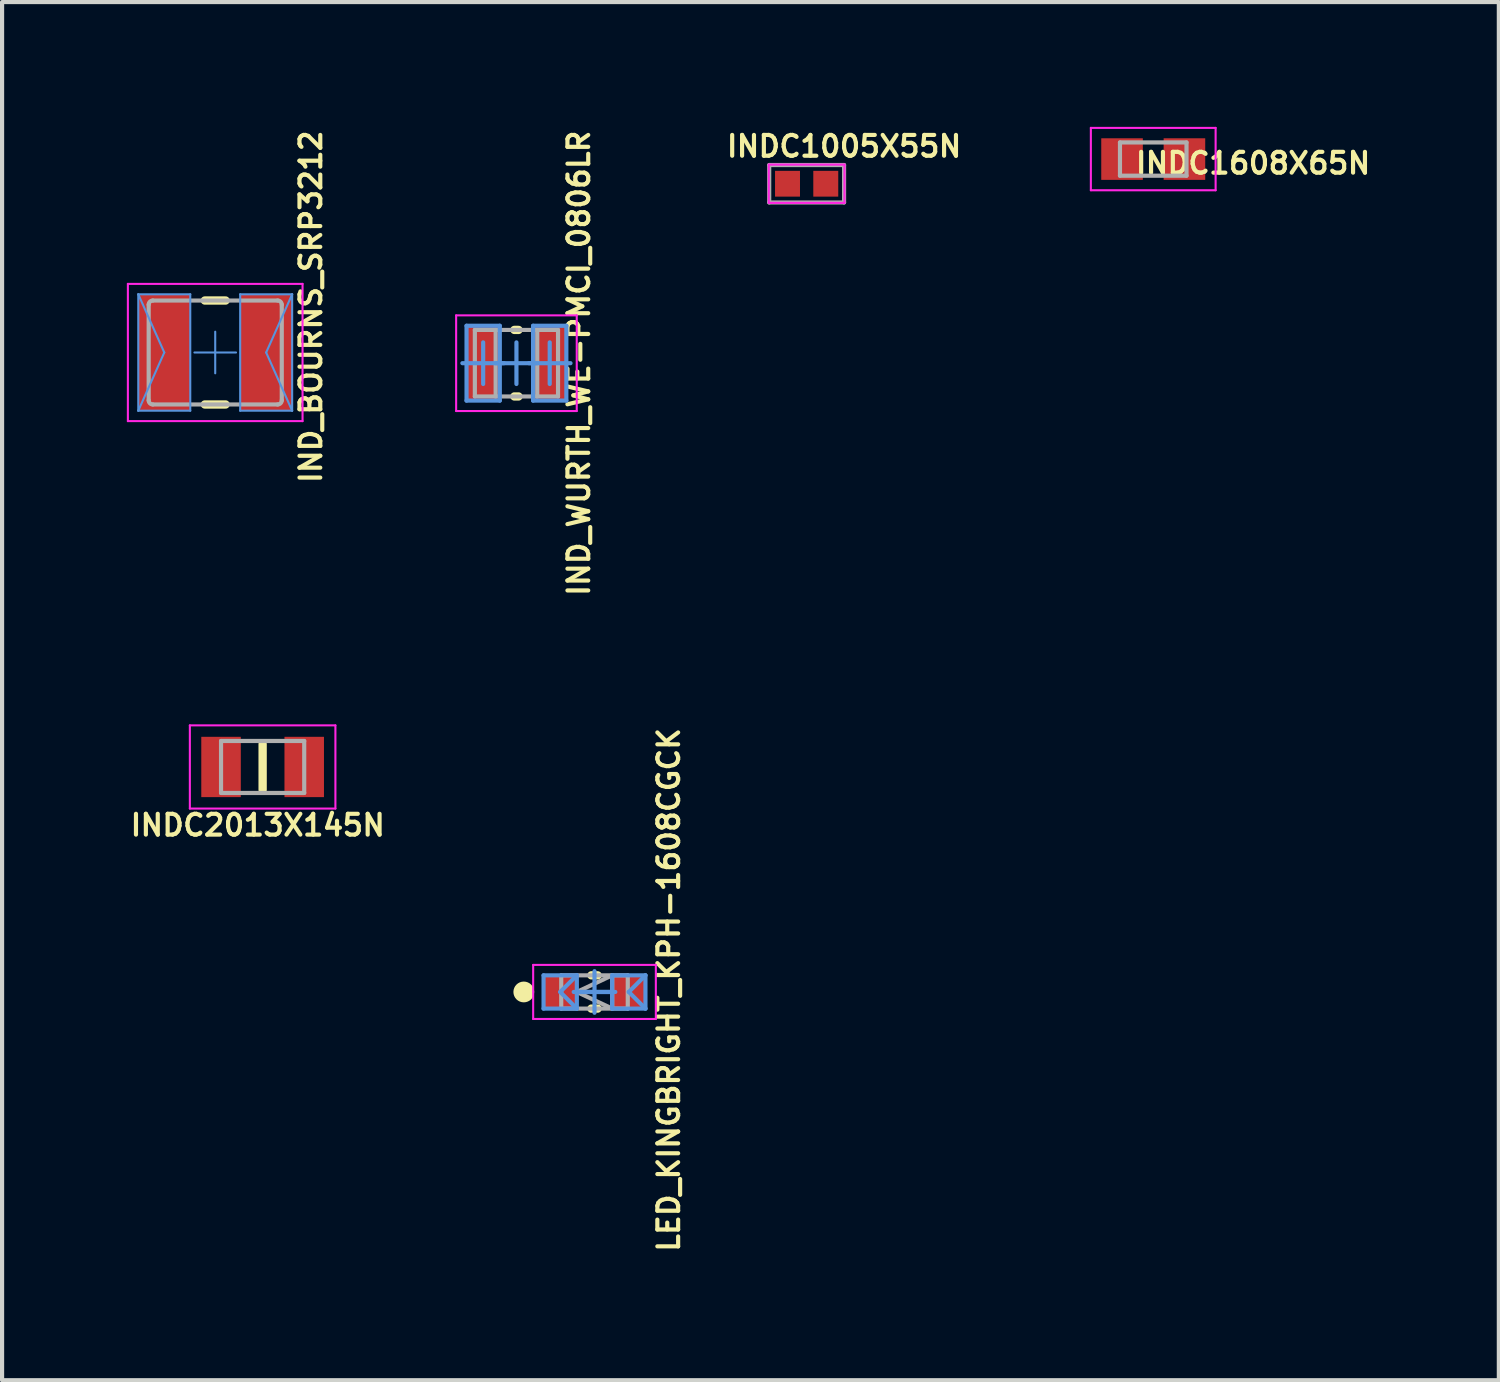
<source format=kicad_pcb>
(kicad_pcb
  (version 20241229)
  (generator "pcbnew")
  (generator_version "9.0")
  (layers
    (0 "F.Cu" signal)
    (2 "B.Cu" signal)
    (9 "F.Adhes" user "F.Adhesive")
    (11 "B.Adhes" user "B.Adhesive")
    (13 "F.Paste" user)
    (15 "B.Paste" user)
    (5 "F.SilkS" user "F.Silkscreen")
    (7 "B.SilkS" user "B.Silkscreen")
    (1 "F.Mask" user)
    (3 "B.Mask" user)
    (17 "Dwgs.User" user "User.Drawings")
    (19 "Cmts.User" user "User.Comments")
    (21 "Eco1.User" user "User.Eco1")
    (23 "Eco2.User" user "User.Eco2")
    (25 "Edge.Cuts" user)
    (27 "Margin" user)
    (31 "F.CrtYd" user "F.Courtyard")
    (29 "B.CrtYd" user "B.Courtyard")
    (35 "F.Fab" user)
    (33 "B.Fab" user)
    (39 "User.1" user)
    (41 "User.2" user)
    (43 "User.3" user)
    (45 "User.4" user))
  (footprint "INDC2013X145N"
    (layer "F.Cu")
    (at 3.265 15.392)
    (property "Reference" "INDC2013X145N" (at -0.117 1.4 0) (layer "F.SilkS") (effects (font (size 0.5 0.5) (thickness 0.1))))
    (attr smd)
    (fp_line (start 0 0.55) (end 0 -0.55) (stroke (width 0.2) (type solid)) (layer "F.SilkS"))
    (fp_line (start -1.75 -1) (end 1.75 -1) (stroke (width 0.05) (type solid)) (layer "F.CrtYd"))
    (fp_line (start -1.75 1) (end -1.75 -1) (stroke (width 0.05) (type solid)) (layer "F.CrtYd"))
    (fp_line (start -1.75 1) (end 1.75 1) (stroke (width 0.05) (type solid)) (layer "F.CrtYd"))
    (fp_line (start 1.75 1) (end 1.75 -1) (stroke (width 0.05) (type solid)) (layer "F.CrtYd"))
    (fp_line (start -1 -0.625) (end 1 -0.625) (stroke (width 0.1) (type solid)) (layer "F.Fab"))
    (fp_line (start -1 0.625) (end -1 -0.625) (stroke (width 0.1) (type solid)) (layer "F.Fab"))
    (fp_line (start -1 0.625) (end 1 0.625) (stroke (width 0.1) (type solid)) (layer "F.Fab"))
    (fp_line (start 1 0.625) (end 1 -0.625) (stroke (width 0.1) (type solid)) (layer "F.Fab"))
    (pad "1" smd rect (at -1 0 270) (size 1.45 0.95) (layers "F.Cu" "F.Mask" "F.Paste"))
    (pad "2" smd rect (at 1 0 270) (size 1.45 0.95) (layers "F.Cu" "F.Mask" "F.Paste")))
  (footprint "INDC1005X55N"
    (layer "F.Cu")
    (at 16.346 1.368)
    (property "Reference" "INDC1005X55N" (at 0.9 -0.9 0) (layer "F.SilkS") (effects (font (size 0.5 0.5) (thickness 0.1))))
    (attr smd)
    (fp_line (start -0.91 -0.46) (end 0.91 -0.46) (stroke (width 0.05) (type solid)) (layer "F.CrtYd"))
    (fp_line (start -0.91 0.46) (end -0.91 -0.46) (stroke (width 0.05) (type solid)) (layer "F.CrtYd"))
    (fp_line (start -0.91 0.46) (end 0.91 0.46) (stroke (width 0.05) (type solid)) (layer "F.CrtYd"))
    (fp_line (start 0.91 0.46) (end 0.91 -0.46) (stroke (width 0.05) (type solid)) (layer "F.CrtYd"))
    (fp_line (start -0.9 -0.45) (end 0.9 -0.45) (stroke (width 0.1) (type solid)) (layer "F.Fab"))
    (fp_line (start -0.9 0.45) (end -0.9 -0.45) (stroke (width 0.1) (type solid)) (layer "F.Fab"))
    (fp_line (start -0.9 0.45) (end 0.9 0.45) (stroke (width 0.1) (type solid)) (layer "F.Fab"))
    (fp_line (start 0.9 0.45) (end 0.9 -0.45) (stroke (width 0.1) (type solid)) (layer "F.Fab"))
    (pad "1" smd rect (at -0.46 0 270) (size 0.62 0.6) (layers "F.Cu" "F.Mask" "F.Paste"))
    (pad "2" smd rect (at 0.46 0 270) (size 0.62 0.6) (layers "F.Cu" "F.Mask" "F.Paste")))
  (footprint "IND_BOURNS_SRP3212"
    (layer "F.Cu")
    (at 2.125 5.426)
    (property "Reference" "IND_BOURNS_SRP3212" (at 2.3 -1.1 90) (layer "F.SilkS") (effects (font (size 0.5 0.5) (thickness 0.1))))
    (attr smd)
    (fp_line (start -0.25 -1.25) (end 0.25 -1.25) (stroke (width 0.2) (type solid)) (layer "F.SilkS"))
    (fp_line (start -0.25 1.25) (end 0.25 1.25) (stroke (width 0.2) (type solid)) (layer "F.SilkS"))
    (fp_line (start -1.85 -1.4) (end -1.225 0) (stroke (width 0.05) (type solid)) (layer "Cmts.User"))
    (fp_line (start -1.85 -1.4) (end -0.6 -1.4) (stroke (width 0.05) (type solid)) (layer "Cmts.User"))
    (fp_line (start -1.85 1.4) (end -1.85 -1.4) (stroke (width 0.05) (type solid)) (layer "Cmts.User"))
    (fp_line (start -1.85 1.4) (end -1.225 0) (stroke (width 0.05) (type solid)) (layer "Cmts.User"))
    (fp_line (start -1.85 1.4) (end -0.6 1.4) (stroke (width 0.05) (type solid)) (layer "Cmts.User"))
    (fp_line (start -0.6 1.4) (end -0.6 -1.4) (stroke (width 0.05) (type solid)) (layer "Cmts.User"))
    (fp_line (start -0.5 0) (end 0 0) (stroke (width 0.05) (type solid)) (layer "Cmts.User"))
    (fp_line (start 0 0) (end 0 -0.5) (stroke (width 0.05) (type solid)) (layer "Cmts.User"))
    (fp_line (start 0 0) (end 0.5 0) (stroke (width 0.05) (type solid)) (layer "Cmts.User"))
    (fp_line (start 0 0.5) (end 0 0) (stroke (width 0.05) (type solid)) (layer "Cmts.User"))
    (fp_line (start 0.6 -1.4) (end 1.85 -1.4) (stroke (width 0.05) (type solid)) (layer "Cmts.User"))
    (fp_line (start 0.6 1.4) (end 0.6 -1.4) (stroke (width 0.05) (type solid)) (layer "Cmts.User"))
    (fp_line (start 0.6 1.4) (end 1.85 1.4) (stroke (width 0.05) (type solid)) (layer "Cmts.User"))
    (fp_line (start 1.225 0) (end 1.85 -1.4) (stroke (width 0.05) (type solid)) (layer "Cmts.User"))
    (fp_line (start 1.225 0) (end 1.85 1.4) (stroke (width 0.05) (type solid)) (layer "Cmts.User"))
    (fp_line (start 1.85 1.4) (end 1.85 -1.4) (stroke (width 0.05) (type solid)) (layer "Cmts.User"))
    (fp_line (start -2.1 -1.65) (end 2.1 -1.65) (stroke (width 0.05) (type solid)) (layer "F.CrtYd"))
    (fp_line (start -2.1 1.65) (end -2.1 -1.65) (stroke (width 0.05) (type solid)) (layer "F.CrtYd"))
    (fp_line (start -2.1 1.65) (end 2.1 1.65) (stroke (width 0.05) (type solid)) (layer "F.CrtYd"))
    (fp_line (start 2.1 1.65) (end 2.1 -1.65) (stroke (width 0.05) (type solid)) (layer "F.CrtYd"))
    (fp_line (start -1.6 1.15) (end -1.6 -1.15) (stroke (width 0.1) (type solid)) (layer "F.Fab"))
    (fp_line (start -1.5 -1.25) (end 1.5 -1.25) (stroke (width 0.1) (type solid)) (layer "F.Fab"))
    (fp_line (start -1.5 1.25) (end 1.5 1.25) (stroke (width 0.1) (type solid)) (layer "F.Fab"))
    (fp_line (start 1.6 1.15) (end 1.6 -1.15) (stroke (width 0.1) (type solid)) (layer "F.Fab"))
    (fp_arc (start -1.6 -1.15) (mid -1.570711 -1.220711) (end -1.5 -1.25) (stroke (width 0.1) (type solid)) (layer "F.Fab"))
    (fp_arc (start -1.5 1.25) (mid -1.570711 1.220711) (end -1.6 1.15) (stroke (width 0.1) (type solid)) (layer "F.Fab"))
    (fp_arc (start 1.5 -1.25) (mid 1.570711 -1.220711) (end 1.6 -1.15) (stroke (width 0.1) (type solid)) (layer "F.Fab"))
    (fp_arc (start 1.6 1.15) (mid 1.570711 1.220711) (end 1.5 1.25) (stroke (width 0.1) (type solid)) (layer "F.Fab"))
    (pad "1" smd rect (at -1.225 0) (size 1.25 2.8) (layers "F.Cu" "F.Mask" "F.Paste"))
    (pad "2" smd rect (at 1.225 0) (size 1.25 2.8) (layers "F.Cu" "F.Mask" "F.Paste")))
  (footprint "LED_KINGBRIGHT_KPH-1608CGCK"
    (layer "F.Cu")
    (at 11.245 20.802)
    (property "Reference" "LED_KINGBRIGHT_KPH-1608CGCK" (at 1.785 -0.05 90) (layer "F.SilkS") (effects (font (size 0.5 0.5) (thickness 0.1))))
    (attr smd)
    (fp_line (start -0.075 -0.4) (end 0.075 -0.4) (stroke (width 0.2) (type solid)) (layer "F.SilkS"))
    (fp_line (start -0.075 0.4) (end 0.075 0.4) (stroke (width 0.2) (type solid)) (layer "F.SilkS"))
    (fp_circle (center -1.7 0) (end -1.575 0) (stroke (width 0.25) (type solid)) (fill no) (layer "F.SilkS"))
    (fp_line (start -1.225 -0.4) (end -0.425 -0.4) (stroke (width 0.1) (type solid)) (layer "Cmts.User"))
    (fp_line (start -1.225 0.4) (end -1.225 -0.4) (stroke (width 0.1) (type solid)) (layer "Cmts.User"))
    (fp_line (start -1.225 0.4) (end -0.425 0.4) (stroke (width 0.1) (type solid)) (layer "Cmts.User"))
    (fp_line (start -0.825 0) (end -0.425 -0.4) (stroke (width 0.1) (type solid)) (layer "Cmts.User"))
    (fp_line (start -0.825 0) (end -0.425 0.4) (stroke (width 0.1) (type solid)) (layer "Cmts.User"))
    (fp_line (start -0.5 0) (end 0 0) (stroke (width 0.1) (type solid)) (layer "Cmts.User"))
    (fp_line (start -0.425 0) (end 0.425 0) (stroke (width 0.1) (type solid)) (layer "Cmts.User"))
    (fp_line (start -0.425 0.4) (end -0.425 -0.4) (stroke (width 0.1) (type solid)) (layer "Cmts.User"))
    (fp_line (start 0 0) (end 0 -0.5) (stroke (width 0.1) (type solid)) (layer "Cmts.User"))
    (fp_line (start 0 0) (end 0.5 0) (stroke (width 0.1) (type solid)) (layer "Cmts.User"))
    (fp_line (start 0 0.5) (end 0 0) (stroke (width 0.1) (type solid)) (layer "Cmts.User"))
    (fp_line (start 0.425 -0.4) (end 1.225 -0.4) (stroke (width 0.1) (type solid)) (layer "Cmts.User"))
    (fp_line (start 0.425 0.4) (end 0.425 -0.4) (stroke (width 0.1) (type solid)) (layer "Cmts.User"))
    (fp_line (start 0.425 0.4) (end 1.225 0.4) (stroke (width 0.1) (type solid)) (layer "Cmts.User"))
    (fp_line (start 0.825 0) (end 1.225 -0.4) (stroke (width 0.1) (type solid)) (layer "Cmts.User"))
    (fp_line (start 0.825 0) (end 1.225 0.4) (stroke (width 0.1) (type solid)) (layer "Cmts.User"))
    (fp_line (start 1.225 0.4) (end 1.225 -0.4) (stroke (width 0.1) (type solid)) (layer "Cmts.User"))
    (fp_line (start -1.475 -0.65) (end 1.475 -0.65) (stroke (width 0.05) (type solid)) (layer "F.CrtYd"))
    (fp_line (start -1.475 0.65) (end -1.475 -0.65) (stroke (width 0.05) (type solid)) (layer "F.CrtYd"))
    (fp_line (start -1.475 0.65) (end 1.475 0.65) (stroke (width 0.05) (type solid)) (layer "F.CrtYd"))
    (fp_line (start 1.475 0.65) (end 1.475 -0.65) (stroke (width 0.05) (type solid)) (layer "F.CrtYd"))
    (fp_line (start -0.8 -0.4) (end 0.8 -0.4) (stroke (width 0.1) (type solid)) (layer "F.Fab"))
    (fp_line (start -0.8 0.4) (end -0.8 -0.4) (stroke (width 0.1) (type solid)) (layer "F.Fab"))
    (fp_line (start -0.8 0.4) (end 0.8 0.4) (stroke (width 0.1) (type solid)) (layer "F.Fab"))
    (fp_line (start -0.425 0) (end 0.425 -0.4) (stroke (width 0.1) (type solid)) (layer "F.Fab"))
    (fp_line (start -0.425 0) (end 0.425 0.4) (stroke (width 0.1) (type solid)) (layer "F.Fab"))
    (fp_line (start 0.425 0.4) (end 0.425 -0.4) (stroke (width 0.1) (type solid)) (layer "F.Fab"))
    (fp_line (start 0.8 0.4) (end 0.8 -0.4) (stroke (width 0.1) (type solid)) (layer "F.Fab"))
    (pad "1" smd rect (at -0.825 0) (size 0.8 0.8) (layers "F.Cu" "F.Mask" "F.Paste"))
    (pad "2" smd rect (at 0.825 0) (size 0.8 0.8) (layers "F.Cu" "F.Mask" "F.Paste")))
  (footprint "INDC1608X65N"
    (layer "F.Cu")
    (at 24.68 0.775)
    (property "Reference" "INDC1608X65N" (at 2.4 0.1 0) (layer "F.SilkS") (effects (font (size 0.5 0.5) (thickness 0.1))))
    (attr smd)
    (fp_line (start -1.5 -0.75) (end 1.5 -0.75) (stroke (width 0.05) (type solid)) (layer "F.CrtYd"))
    (fp_line (start -1.5 0.75) (end -1.5 -0.75) (stroke (width 0.05) (type solid)) (layer "F.CrtYd"))
    (fp_line (start -1.5 0.75) (end 1.5 0.75) (stroke (width 0.05) (type solid)) (layer "F.CrtYd"))
    (fp_line (start 1.5 0.75) (end 1.5 -0.75) (stroke (width 0.05) (type solid)) (layer "F.CrtYd"))
    (fp_line (start -0.8 -0.4) (end 0.8 -0.4) (stroke (width 0.1) (type solid)) (layer "F.Fab"))
    (fp_line (start -0.8 0.4) (end -0.8 -0.4) (stroke (width 0.1) (type solid)) (layer "F.Fab"))
    (fp_line (start -0.8 0.4) (end 0.8 0.4) (stroke (width 0.1) (type solid)) (layer "F.Fab"))
    (fp_line (start 0.8 0.4) (end 0.8 -0.4) (stroke (width 0.1) (type solid)) (layer "F.Fab"))
    (pad "1" smd rect (at -0.75 0) (size 1 1) (layers "F.Cu" "F.Mask" "F.Paste"))
    (pad "2" smd rect (at 0.75 0) (size 1 1) (layers "F.Cu" "F.Mask" "F.Paste")))
  (footprint "IND_WURTH_WE-PMCI_0806LR"
    (layer "F.Cu")
    (at 9.368 5.683)
    (property "Reference" "IND_WURTH_WE-PMCI_0806LR" (at 1.5 0 90) (layer "F.SilkS") (effects (font (size 0.5 0.5) (thickness 0.1))))
    (attr smd)
    (fp_line (start -0.05 -0.8) (end 0.05 -0.8) (stroke (width 0.2) (type solid)) (layer "F.SilkS"))
    (fp_line (start -0.05 0.8) (end 0.05 0.8) (stroke (width 0.2) (type solid)) (layer "F.SilkS"))
    (fp_line (start -1.3 0) (end -0.8 0) (stroke (width 0.1) (type solid)) (layer "Cmts.User"))
    (fp_line (start -1.2 -0.9) (end -0.4 -0.9) (stroke (width 0.1) (type solid)) (layer "Cmts.User"))
    (fp_line (start -1.2 0.9) (end -1.2 -0.9) (stroke (width 0.1) (type solid)) (layer "Cmts.User"))
    (fp_line (start -1.2 0.9) (end -0.4 0.9) (stroke (width 0.1) (type solid)) (layer "Cmts.User"))
    (fp_line (start -0.8 0) (end -0.8 -0.5) (stroke (width 0.1) (type solid)) (layer "Cmts.User"))
    (fp_line (start -0.8 0) (end -0.3 0) (stroke (width 0.1) (type solid)) (layer "Cmts.User"))
    (fp_line (start -0.8 0.5) (end -0.8 0) (stroke (width 0.1) (type solid)) (layer "Cmts.User"))
    (fp_line (start -0.5 0) (end 0 0) (stroke (width 0.1) (type solid)) (layer "Cmts.User"))
    (fp_line (start -0.4 0.9) (end -0.4 -0.9) (stroke (width 0.1) (type solid)) (layer "Cmts.User"))
    (fp_line (start 0 0) (end 0 -0.5) (stroke (width 0.1) (type solid)) (layer "Cmts.User"))
    (fp_line (start 0 0) (end 0.5 0) (stroke (width 0.1) (type solid)) (layer "Cmts.User"))
    (fp_line (start 0 0.5) (end 0 0) (stroke (width 0.1) (type solid)) (layer "Cmts.User"))
    (fp_line (start 0.3 0) (end 0.8 0) (stroke (width 0.1) (type solid)) (layer "Cmts.User"))
    (fp_line (start 0.4 -0.9) (end 1.2 -0.9) (stroke (width 0.1) (type solid)) (layer "Cmts.User"))
    (fp_line (start 0.4 0.9) (end 0.4 -0.9) (stroke (width 0.1) (type solid)) (layer "Cmts.User"))
    (fp_line (start 0.4 0.9) (end 1.2 0.9) (stroke (width 0.1) (type solid)) (layer "Cmts.User"))
    (fp_line (start 0.8 0) (end 0.8 -0.5) (stroke (width 0.1) (type solid)) (layer "Cmts.User"))
    (fp_line (start 0.8 0) (end 1.3 0) (stroke (width 0.1) (type solid)) (layer "Cmts.User"))
    (fp_line (start 0.8 0.5) (end 0.8 0) (stroke (width 0.1) (type solid)) (layer "Cmts.User"))
    (fp_line (start 1.2 0.9) (end 1.2 -0.9) (stroke (width 0.1) (type solid)) (layer "Cmts.User"))
    (fp_line (start -1.45 -1.15) (end 1.45 -1.15) (stroke (width 0.05) (type solid)) (layer "F.CrtYd"))
    (fp_line (start -1.45 1.15) (end -1.45 -1.15) (stroke (width 0.05) (type solid)) (layer "F.CrtYd"))
    (fp_line (start -1.45 1.15) (end 1.45 1.15) (stroke (width 0.05) (type solid)) (layer "F.CrtYd"))
    (fp_line (start 1.45 1.15) (end 1.45 -1.15) (stroke (width 0.05) (type solid)) (layer "F.CrtYd"))
    (fp_line (start -1 -0.8) (end -0.5 -0.8) (stroke (width 0.1) (type solid)) (layer "F.Fab"))
    (fp_line (start -1 0.8) (end -1 -0.8) (stroke (width 0.1) (type solid)) (layer "F.Fab"))
    (fp_line (start -1 0.8) (end -0.5 0.8) (stroke (width 0.1) (type solid)) (layer "F.Fab"))
    (fp_line (start -0.5 -0.8) (end 0.5 -0.8) (stroke (width 0.1) (type solid)) (layer "F.Fab"))
    (fp_line (start -0.5 0.8) (end -0.5 -0.8) (stroke (width 0.1) (type solid)) (layer "F.Fab"))
    (fp_line (start -0.5 0.8) (end 0.5 0.8) (stroke (width 0.1) (type solid)) (layer "F.Fab"))
    (fp_line (start 0.5 -0.8) (end 1 -0.8) (stroke (width 0.1) (type solid)) (layer "F.Fab"))
    (fp_line (start 0.5 0.8) (end 0.5 -0.8) (stroke (width 0.1) (type solid)) (layer "F.Fab"))
    (fp_line (start 0.5 0.8) (end 1 0.8) (stroke (width 0.1) (type solid)) (layer "F.Fab"))
    (fp_line (start 1 0.8) (end 1 -0.8) (stroke (width 0.1) (type solid)) (layer "F.Fab"))
    (pad "1" smd rect (at -0.8 0) (size 0.8 1.8) (layers "F.Cu" "F.Mask" "F.Paste"))
    (pad "2" smd rect (at 0.8 0) (size 0.8 1.8) (layers "F.Cu" "F.Mask" "F.Paste")))
  (gr_rect
    (start -3 -3)
    (end 32.99 30.138)
    (stroke (width 0.1) (type default))
    (fill no)
    (layer "Edge.Cuts")))
</source>
